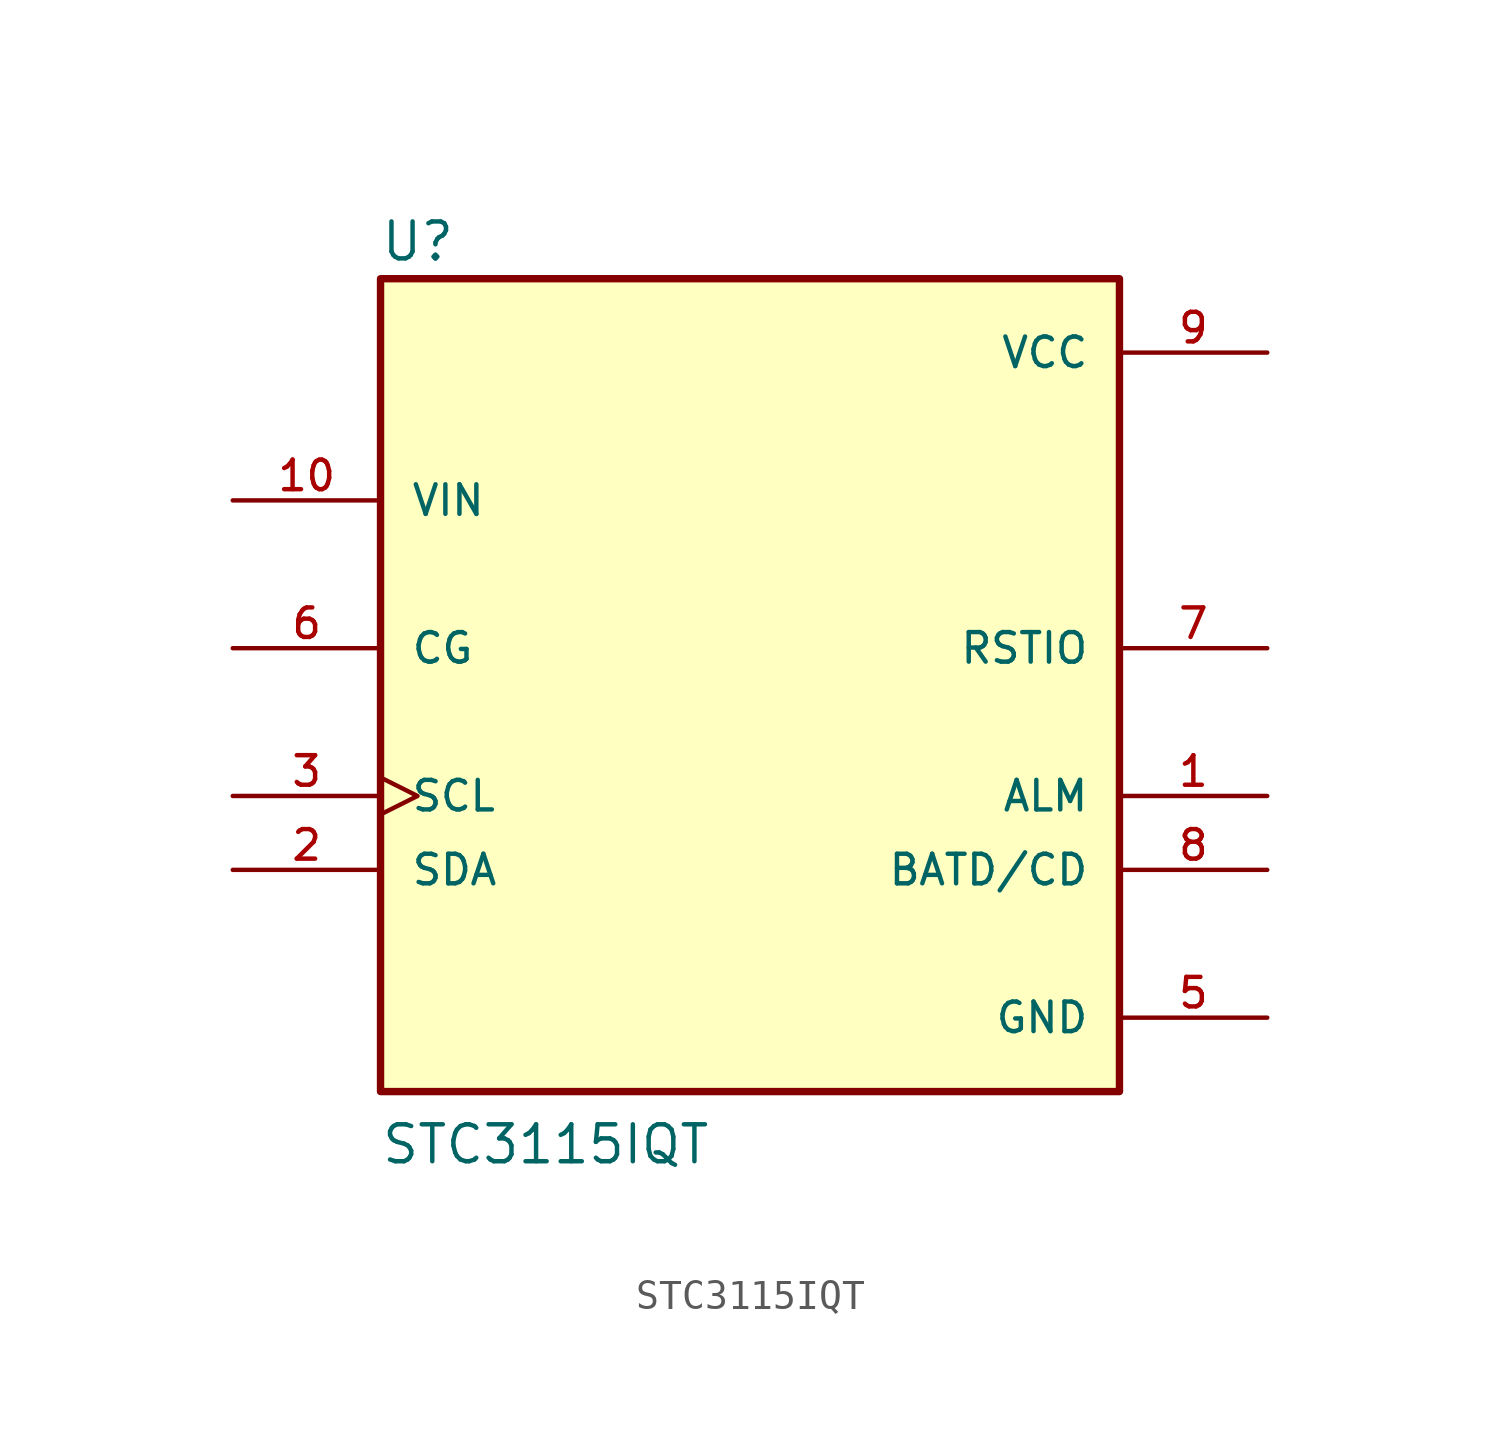
<source format=kicad_sym>
(kicad_symbol_lib
  (version 20211014)
  (generator kicad_symbol_editor)
  (symbol "STC3115IQT"
    (pin_names
      (offset 1.016))
    (property "Reference" "U"
      (at -12.727 13.236 0)
      (effects (font (size 1.27 1.27)) (justify bottom left)))
    (property "Value" "STC3115IQT"
      (at -12.715 -17.799 0)
      (effects (font (size 1.27 1.27)) (justify bottom left)))
    (symbol "STC3115IQT_0_0"
      (rectangle (start -12.7 -15.24) (end 12.7 12.7) (stroke (width 0.254)) (fill (type background)))
      (pin bidirectional line (at 17.78 -5.08 180.0) (length 5.08) (name "ALM" (effects (font (size 1.016 1.016)))) (number "1" (effects (font (size 1.016 1.016)))))
      (pin bidirectional line (at -17.78 -7.62 0) (length 5.08) (name "SDA" (effects (font (size 1.016 1.016)))) (number "2" (effects (font (size 1.016 1.016)))))
      (pin input clock (at -17.78 -5.08 0) (length 5.08) (name "SCL" (effects (font (size 1.016 1.016)))) (number "3" (effects (font (size 1.016 1.016)))))
      (pin power_in line (at 17.78 -12.7 180.0) (length 5.08) (name "GND" (effects (font (size 1.016 1.016)))) (number "5" (effects (font (size 1.016 1.016)))))
      (pin input line (at -17.78 0.0 0) (length 5.08) (name "CG" (effects (font (size 1.016 1.016)))) (number "6" (effects (font (size 1.016 1.016)))))
      (pin bidirectional line (at 17.78 0.0 180.0) (length 5.08) (name "RSTIO" (effects (font (size 1.016 1.016)))) (number "7" (effects (font (size 1.016 1.016)))))
      (pin bidirectional line (at 17.78 -7.62 180.0) (length 5.08) (name "BATD/CD" (effects (font (size 1.016 1.016)))) (number "8" (effects (font (size 1.016 1.016)))))
      (pin power_in line (at 17.78 10.16 180.0) (length 5.08) (name "VCC" (effects (font (size 1.016 1.016)))) (number "9" (effects (font (size 1.016 1.016)))))
      (pin input line (at -17.78 5.08 0) (length 5.08) (name "VIN" (effects (font (size 1.016 1.016)))) (number "10" (effects (font (size 1.016 1.016))))))))
</source>
